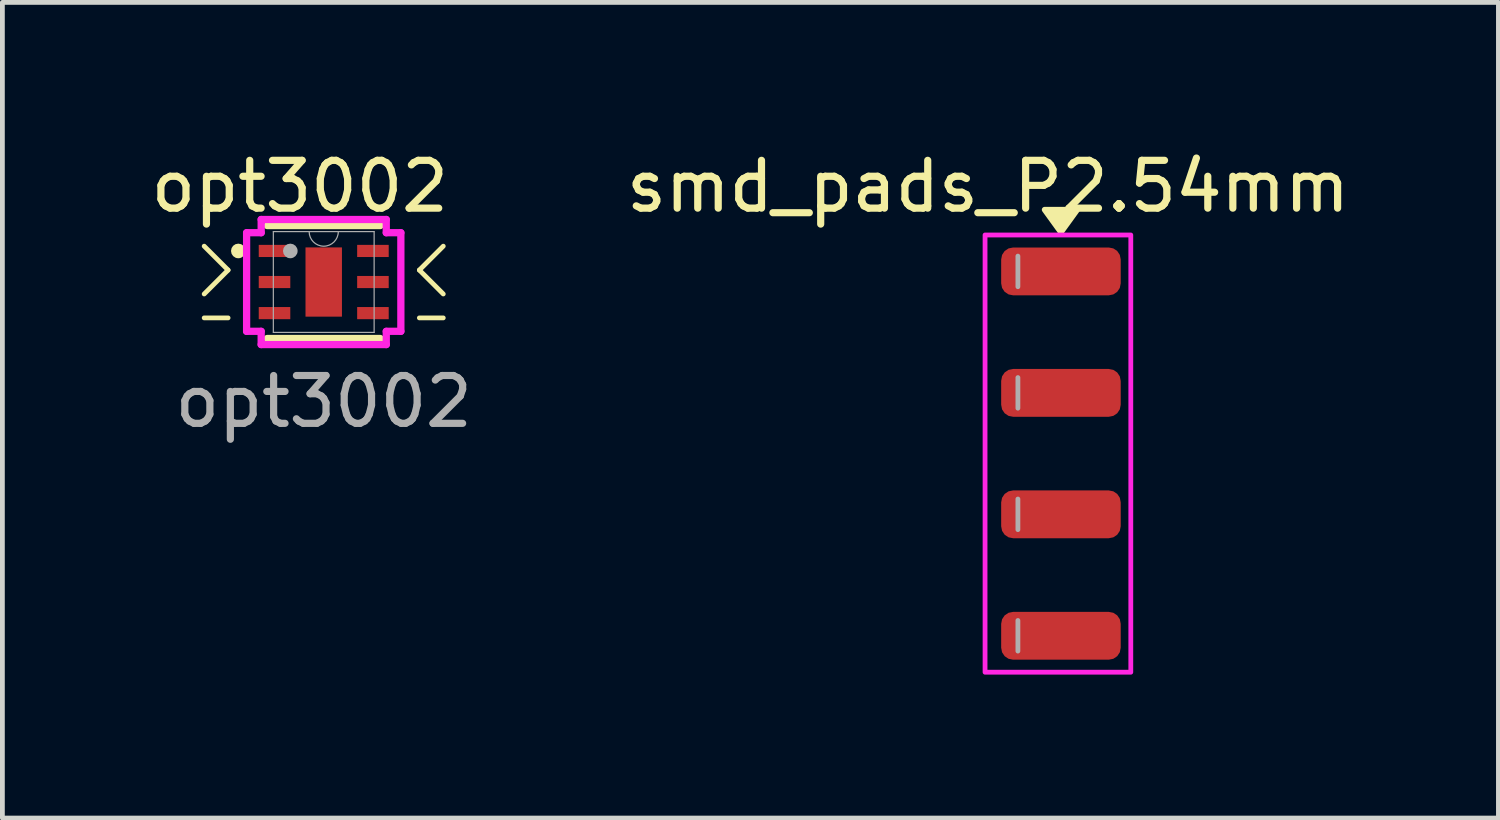
<source format=kicad_pcb>
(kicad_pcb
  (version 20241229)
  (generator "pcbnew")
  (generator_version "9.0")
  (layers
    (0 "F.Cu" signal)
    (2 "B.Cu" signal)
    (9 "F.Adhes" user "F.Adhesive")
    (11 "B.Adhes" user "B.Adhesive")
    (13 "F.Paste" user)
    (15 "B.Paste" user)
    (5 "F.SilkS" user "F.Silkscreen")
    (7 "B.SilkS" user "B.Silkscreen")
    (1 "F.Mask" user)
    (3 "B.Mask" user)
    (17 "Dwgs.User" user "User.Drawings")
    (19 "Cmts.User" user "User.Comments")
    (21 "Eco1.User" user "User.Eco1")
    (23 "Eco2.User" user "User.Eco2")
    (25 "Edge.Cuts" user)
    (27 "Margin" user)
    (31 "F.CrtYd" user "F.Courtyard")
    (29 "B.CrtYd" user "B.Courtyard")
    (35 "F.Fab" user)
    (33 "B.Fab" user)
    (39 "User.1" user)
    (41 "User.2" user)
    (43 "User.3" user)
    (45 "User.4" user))
  (footprint "opt3002"
    (layer "F.Cu")
    (at 3.72 2.848)
    (property "Reference" "opt3002" (at -0.5 -2 0) (unlocked yes) (layer "F.SilkS") (effects (font (size 1 1) (thickness 0.15))))
    (attr smd)
    (fp_line (start -2 -0.25) (end -2.5 -0.75) (stroke (width 0.1) (type default)) (layer "F.SilkS"))
    (fp_line (start -2 -0.25) (end -2.5 0.25) (stroke (width 0.1) (type default)) (layer "F.SilkS"))
    (fp_line (start -2 0.75) (end -2.5 0.75) (stroke (width 0.1) (type default)) (layer "F.SilkS"))
    (fp_line (start -1.181 1.181) (end 1.181 1.181) (stroke (width 0.152) (type solid)) (layer "F.SilkS"))
    (fp_line (start 1.181 -1.181) (end -1.181 -1.181) (stroke (width 0.152) (type solid)) (layer "F.SilkS"))
    (fp_line (start 2 -0.25) (end 2.5 -0.75) (stroke (width 0.1) (type default)) (layer "F.SilkS"))
    (fp_line (start 2 -0.25) (end 2.5 0.25) (stroke (width 0.1) (type default)) (layer "F.SilkS"))
    (fp_line (start 2 0.75) (end 2.5 0.75) (stroke (width 0.1) (type default)) (layer "F.SilkS"))
    (fp_circle (center -1.786 -0.65) (end -1.709 -0.65) (stroke (width 0.152) (type solid)) (fill no) (layer "F.SilkS"))
    (fp_line (start -1.613 -1.031) (end -1.308 -1.031) (stroke (width 0.152) (type solid)) (layer "F.CrtYd"))
    (fp_line (start -1.613 1.031) (end -1.613 -1.031) (stroke (width 0.152) (type solid)) (layer "F.CrtYd"))
    (fp_line (start -1.613 1.031) (end -1.308 1.031) (stroke (width 0.152) (type solid)) (layer "F.CrtYd"))
    (fp_line (start -1.308 -1.308) (end 1.308 -1.308) (stroke (width 0.152) (type solid)) (layer "F.CrtYd"))
    (fp_line (start -1.308 -1.031) (end -1.308 -1.308) (stroke (width 0.152) (type solid)) (layer "F.CrtYd"))
    (fp_line (start -1.308 1.308) (end -1.308 1.031) (stroke (width 0.152) (type solid)) (layer "F.CrtYd"))
    (fp_line (start 1.308 -1.308) (end 1.308 -1.031) (stroke (width 0.152) (type solid)) (layer "F.CrtYd"))
    (fp_line (start 1.308 1.031) (end 1.308 1.308) (stroke (width 0.152) (type solid)) (layer "F.CrtYd"))
    (fp_line (start 1.308 1.308) (end -1.308 1.308) (stroke (width 0.152) (type solid)) (layer "F.CrtYd"))
    (fp_line (start 1.613 -1.031) (end 1.308 -1.031) (stroke (width 0.152) (type solid)) (layer "F.CrtYd"))
    (fp_line (start 1.613 -1.031) (end 1.613 1.031) (stroke (width 0.152) (type solid)) (layer "F.CrtYd"))
    (fp_line (start 1.613 1.031) (end 1.308 1.031) (stroke (width 0.152) (type solid)) (layer "F.CrtYd"))
    (fp_line (start -1.054 -1.054) (end -1.054 1.054) (stroke (width 0.025) (type solid)) (layer "F.Fab"))
    (fp_line (start -1.054 1.054) (end 1.054 1.054) (stroke (width 0.025) (type solid)) (layer "F.Fab"))
    (fp_line (start 1.054 -1.054) (end -1.054 -1.054) (stroke (width 0.025) (type solid)) (layer "F.Fab"))
    (fp_line (start 1.054 1.054) (end 1.054 -1.054) (stroke (width 0.025) (type solid)) (layer "F.Fab"))
    (fp_arc (start 0.3048 -1.0541) (mid 0 -0.7493) (end -0.3048 -1.0541) (stroke (width 0.0254) (type solid)) (layer "F.Fab"))
    (fp_circle (center -0.699 -0.65) (end -0.622 -0.65) (stroke (width 0.152) (type solid)) (fill no) (layer "F.Fab"))
    (fp_text user "${REFERENCE}" (at 0 2.5 0) (unlocked yes) (layer "F.Fab") (effects (font (size 1 1) (thickness 0.15))))
    (pad "1" smd rect (at -1.029 -0.65) (size 0.66 0.254) (layers "F.Cu" "F.Mask" "F.Paste"))
    (pad "2" smd rect (at -1.029 0) (size 0.66 0.254) (layers "F.Cu" "F.Mask" "F.Paste"))
    (pad "3" smd rect (at -1.029 0.65) (size 0.66 0.254) (layers "F.Cu" "F.Mask" "F.Paste"))
    (pad "4" smd rect (at 1.029 0.65) (size 0.66 0.254) (layers "F.Cu" "F.Mask" "F.Paste"))
    (pad "5" smd rect (at 1.029 0) (size 0.66 0.254) (layers "F.Cu" "F.Mask" "F.Paste"))
    (pad "6" smd rect (at 1.029 -0.65) (size 0.66 0.254) (layers "F.Cu" "F.Mask" "F.Paste"))
    (pad "7" smd rect (at 0 0) (size 0.762 1.448) (layers "F.Cu" "F.Mask" "F.Paste")))
  (footprint "smd_pads_P2.54mm"
    (layer "F.Cu")
    (at 19.137 6.436)
    (property "Reference" "smd_pads_P2.54mm" (at -1.524 -5.588 0) (layer "F.SilkS") (effects (font (size 1 1) (thickness 0.15))))
    (attr smd)
    (fp_poly (pts (xy 0 -4.63) (xy -0.34 -5.1) (xy 0.34 -5.1)) (stroke (width 0.12) (type solid)) (fill yes) (layer "F.SilkS"))
    (fp_rect (start -1.587 -4.572) (end 1.461 4.572) (stroke (width 0.1) (type solid)) (fill no) (layer "F.CrtYd"))
    (fp_line (start -0.9 -4.13) (end -0.9 -3.49) (stroke (width 0.1) (type solid)) (layer "F.Fab"))
    (fp_line (start -0.9 -1.59) (end -0.9 -0.95) (stroke (width 0.1) (type solid)) (layer "F.Fab"))
    (fp_line (start -0.9 0.95) (end -0.9 1.59) (stroke (width 0.1) (type solid)) (layer "F.Fab"))
    (fp_line (start -0.9 3.49) (end -0.9 4.13) (stroke (width 0.1) (type solid)) (layer "F.Fab"))
    (pad "1" smd roundrect (at 0 -3.81) (size 2.5 1) (layers "F.Cu" "F.Mask" "F.Paste") (roundrect_rratio 0.25))
    (pad "2" smd roundrect (at 0 -1.27) (size 2.5 1) (layers "F.Cu" "F.Mask" "F.Paste") (roundrect_rratio 0.25))
    (pad "3" smd roundrect (at 0 1.27) (size 2.5 1) (layers "F.Cu" "F.Mask" "F.Paste") (roundrect_rratio 0.25))
    (pad "4" smd roundrect (at 0 3.81) (size 2.5 1) (layers "F.Cu" "F.Mask" "F.Paste") (roundrect_rratio 0.25)))
  (gr_rect
    (start -3 -3)
    (end 28.286 14.058)
    (stroke (width 0.1) (type default))
    (fill no)
    (layer "Edge.Cuts")))
</source>
